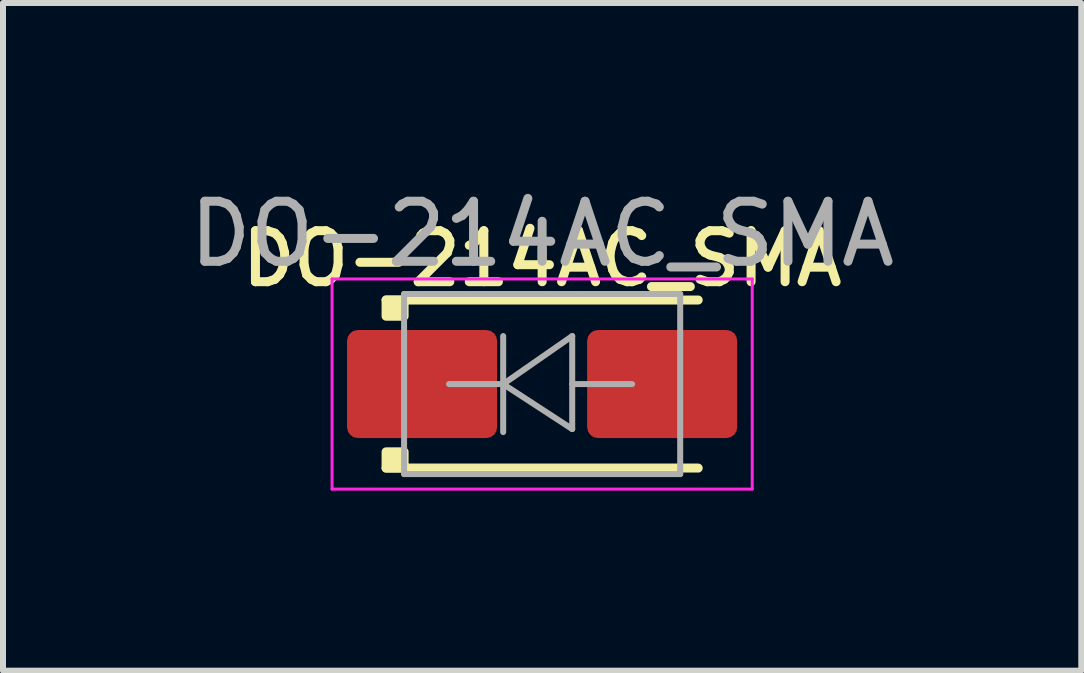
<source format=kicad_pcb>
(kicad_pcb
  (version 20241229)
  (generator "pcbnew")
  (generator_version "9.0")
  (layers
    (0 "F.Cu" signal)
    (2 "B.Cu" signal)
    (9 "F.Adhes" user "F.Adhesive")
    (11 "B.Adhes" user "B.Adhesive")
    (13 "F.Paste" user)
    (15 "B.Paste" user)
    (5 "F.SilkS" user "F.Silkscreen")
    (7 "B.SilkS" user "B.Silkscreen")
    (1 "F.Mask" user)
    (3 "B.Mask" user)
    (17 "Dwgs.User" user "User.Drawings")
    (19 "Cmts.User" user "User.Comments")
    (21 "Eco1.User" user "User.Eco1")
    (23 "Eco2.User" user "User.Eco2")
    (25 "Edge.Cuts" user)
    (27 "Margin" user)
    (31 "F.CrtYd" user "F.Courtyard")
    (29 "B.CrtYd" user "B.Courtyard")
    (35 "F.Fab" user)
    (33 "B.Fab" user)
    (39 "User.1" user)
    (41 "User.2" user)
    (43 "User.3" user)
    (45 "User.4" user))
  (footprint "DO-214AC_SMA"
    (layer "F.Cu")
    (at 5.982 3.348)
    (property "Reference" "DO-214AC_SMA" (at 0 -2.09 0) (layer "F.SilkS") (effects (font (size 0.85 0.85) (thickness 0.15))))
    (attr smd)
    (fp_line (start -2.6 -1.4) (end 2.6 -1.4) (stroke (width 0.15) (type solid)) (layer "F.SilkS"))
    (fp_line (start -2.6 1.4) (end 2.6 1.4) (stroke (width 0.15) (type solid)) (layer "F.SilkS"))
    (fp_poly (pts (xy -2.3 -1.13) (xy -2.6 -1.13) (xy -2.6 -1.4) (xy -2.3 -1.4)) (stroke (width 0.15) (type solid)) (fill yes) (layer "F.SilkS"))
    (fp_poly (pts (xy -2.3 1.4) (xy -2.6 1.4) (xy -2.6 1.13) (xy -2.3 1.13)) (stroke (width 0.15) (type solid)) (fill yes) (layer "F.SilkS"))
    (fp_line (start -3.5 -1.75) (end 3.5 -1.75) (stroke (width 0.05) (type solid)) (layer "F.CrtYd"))
    (fp_line (start -3.5 1.75) (end -3.5 -1.75) (stroke (width 0.05) (type solid)) (layer "F.CrtYd"))
    (fp_line (start 3.5 -1.75) (end 3.5 1.75) (stroke (width 0.05) (type solid)) (layer "F.CrtYd"))
    (fp_line (start 3.5 1.75) (end -3.5 1.75) (stroke (width 0.05) (type solid)) (layer "F.CrtYd"))
    (fp_line (start -2.3 1.5) (end -2.3 -1.5) (stroke (width 0.1) (type solid)) (layer "F.Fab"))
    (fp_line (start -0.649 -0.799) (end -0.649 0.801) (stroke (width 0.1) (type solid)) (layer "F.Fab"))
    (fp_line (start -0.649 0.001) (end -1.551 0.001) (stroke (width 0.1) (type solid)) (layer "F.Fab"))
    (fp_line (start -0.649 0.001) (end 0.501 -0.799) (stroke (width 0.1) (type solid)) (layer "F.Fab"))
    (fp_line (start -0.649 0.001) (end 0.501 0.75) (stroke (width 0.1) (type solid)) (layer "F.Fab"))
    (fp_line (start 0.501 0.001) (end 1.499 0.001) (stroke (width 0.1) (type solid)) (layer "F.Fab"))
    (fp_line (start 0.501 0.75) (end 0.501 -0.799) (stroke (width 0.1) (type solid)) (layer "F.Fab"))
    (fp_line (start 2.3 -1.5) (end -2.3 -1.5) (stroke (width 0.1) (type solid)) (layer "F.Fab"))
    (fp_line (start 2.3 -1.5) (end 2.3 1.5) (stroke (width 0.1) (type solid)) (layer "F.Fab"))
    (fp_line (start 2.3 1.5) (end -2.3 1.5) (stroke (width 0.1) (type solid)) (layer "F.Fab"))
    (fp_text user "${REFERENCE}" (at 0 -2.5 0) (layer "F.Fab") (effects (font (size 1 1) (thickness 0.15))))
    (pad "1" smd roundrect (at -2 0) (size 2.5 1.8) (layers "F.Cu" "F.Mask" "F.Paste") (roundrect_rratio 0.1))
    (pad "2" smd roundrect (at 2 0) (size 2.5 1.8) (layers "F.Cu" "F.Mask" "F.Paste") (roundrect_rratio 0.1)))
  (gr_rect
    (start -3 -3)
    (end 14.964 8.123)
    (stroke (width 0.1) (type default))
    (fill no)
    (layer "Edge.Cuts")))
</source>
